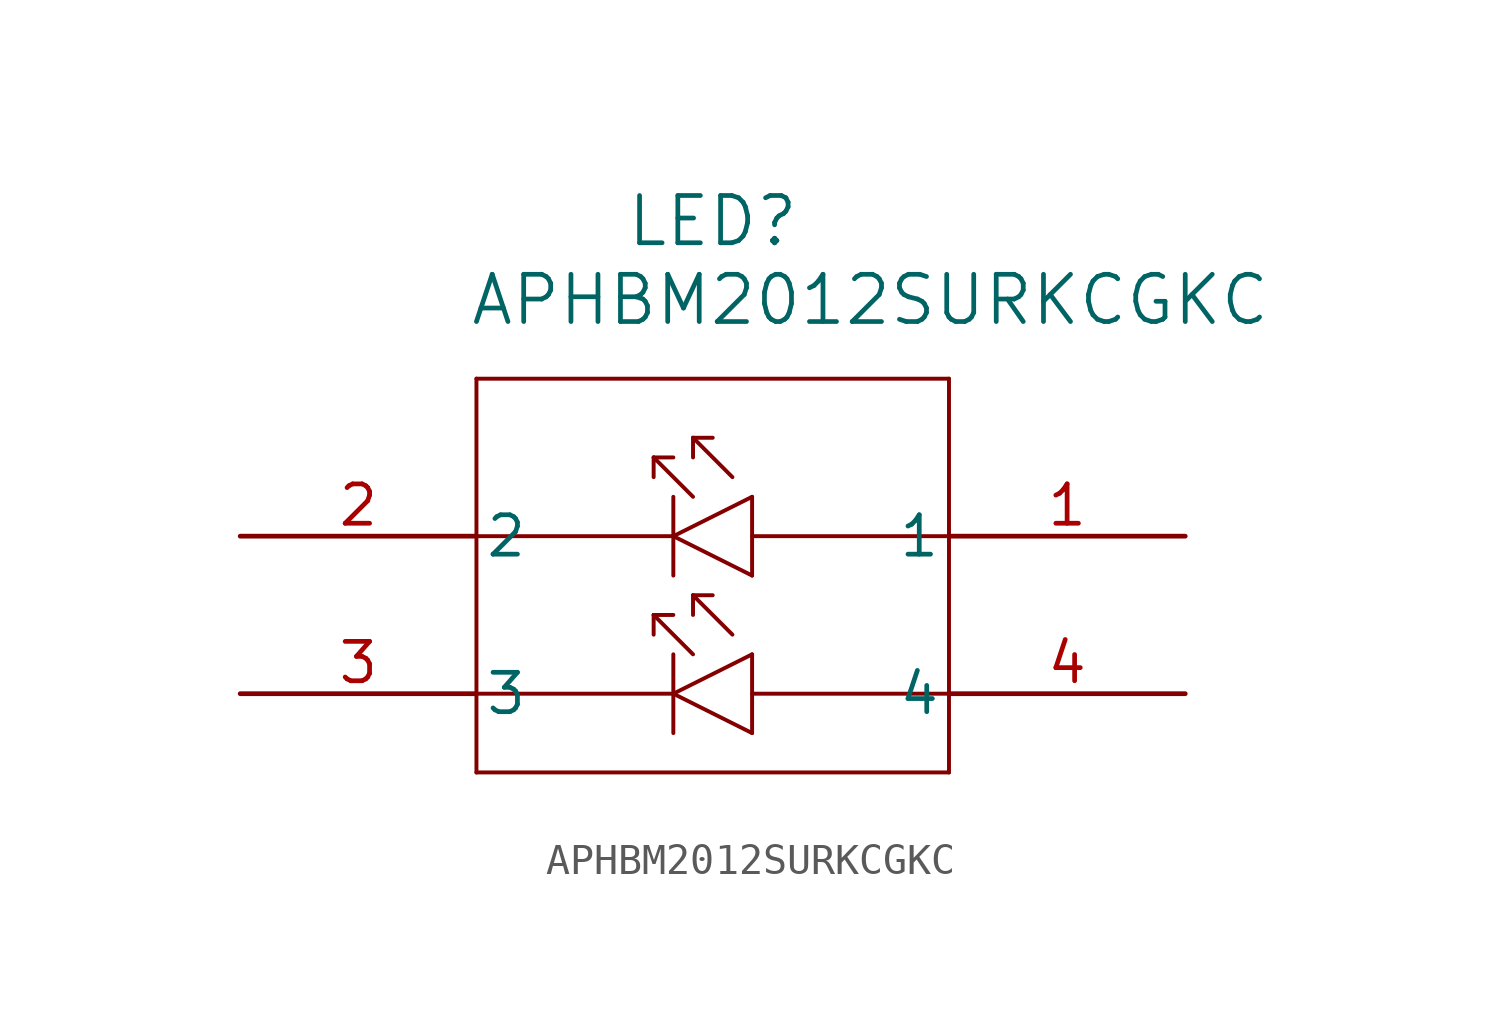
<source format=kicad_sym>
(kicad_symbol_lib
  (version 20211014)
  (generator kicad_symbol_editor)
  (symbol "APHBM2012SURKCGKC"
    (pin_names
      (offset 0.254))
    (property "Reference" "LED"
      (at 15.24 10.16 0)
      (effects (font (size 1.524 1.524))))
    (property "Value" "APHBM2012SURKCGKC"
      (at 20.32 7.62 0)
      (effects (font (size 1.524 1.524))))
    (symbol "APHBM2012SURKCGKC_0_1"
      (polyline (pts (xy 7.62 5.08) (xy 7.62 -7.62)) (stroke (width 0.127) (type default) (color 0 0 0 0)) (fill (type none)))
      (polyline (pts (xy 7.62 -7.62) (xy 22.86 -7.62)) (stroke (width 0.127) (type default) (color 0 0 0 0)) (fill (type none)))
      (polyline (pts (xy 22.86 -7.62) (xy 22.86 5.08)) (stroke (width 0.127) (type default) (color 0 0 0 0)) (fill (type none)))
      (polyline (pts (xy 22.86 5.08) (xy 7.62 5.08)) (stroke (width 0.127) (type default) (color 0 0 0 0)) (fill (type none)))
      (polyline (pts (xy 16.51 1.27) (xy 16.51 -1.27)) (stroke (width 0.127) (type default) (color 0 0 0 0)) (fill (type none)))
      (polyline (pts (xy 16.51 1.27) (xy 13.97 0)) (stroke (width 0.127) (type default) (color 0 0 0 0)) (fill (type none)))
      (polyline (pts (xy 13.97 0) (xy 16.51 -1.27)) (stroke (width 0.127) (type default) (color 0 0 0 0)) (fill (type none)))
      (polyline (pts (xy 13.97 -1.27) (xy 13.97 1.27)) (stroke (width 0.127) (type default) (color 0 0 0 0)) (fill (type none)))
      (polyline (pts (xy 7.62 0) (xy 13.97 0)) (stroke (width 0.127) (type default) (color 0 0 0 0)) (fill (type none)))
      (polyline (pts (xy 16.51 0) (xy 22.86 0)) (stroke (width 0.127) (type default) (color 0 0 0 0)) (fill (type none)))
      (polyline (pts (xy 15.875 1.905) (xy 14.605 3.175)) (stroke (width 0.127) (type default) (color 0 0 0 0)) (fill (type none)))
      (polyline (pts (xy 14.605 2.54) (xy 14.605 3.175)) (stroke (width 0.127) (type default) (color 0 0 0 0)) (fill (type none)))
      (polyline (pts (xy 14.605 3.175) (xy 15.24 3.175)) (stroke (width 0.127) (type default) (color 0 0 0 0)) (fill (type none)))
      (polyline (pts (xy 14.605 1.27) (xy 13.335 2.54)) (stroke (width 0.127) (type default) (color 0 0 0 0)) (fill (type none)))
      (polyline (pts (xy 13.335 2.54) (xy 13.335 1.905)) (stroke (width 0.127) (type default) (color 0 0 0 0)) (fill (type none)))
      (polyline (pts (xy 13.335 2.54) (xy 13.97 2.54)) (stroke (width 0.127) (type default) (color 0 0 0 0)) (fill (type none)))
      (polyline (pts (xy 16.51 -3.81) (xy 16.51 -6.35)) (stroke (width 0.127) (type default) (color 0 0 0 0)) (fill (type none)))
      (polyline (pts (xy 16.51 -3.81) (xy 13.97 -5.08)) (stroke (width 0.127) (type default) (color 0 0 0 0)) (fill (type none)))
      (polyline (pts (xy 13.97 -5.08) (xy 16.51 -6.35)) (stroke (width 0.127) (type default) (color 0 0 0 0)) (fill (type none)))
      (polyline (pts (xy 13.97 -6.35) (xy 13.97 -3.81)) (stroke (width 0.127) (type default) (color 0 0 0 0)) (fill (type none)))
      (polyline (pts (xy 7.62 -5.08) (xy 13.97 -5.08)) (stroke (width 0.127) (type default) (color 0 0 0 0)) (fill (type none)))
      (polyline (pts (xy 16.51 -5.08) (xy 22.86 -5.08)) (stroke (width 0.127) (type default) (color 0 0 0 0)) (fill (type none)))
      (polyline (pts (xy 15.875 -3.175) (xy 14.605 -1.905)) (stroke (width 0.127) (type default) (color 0 0 0 0)) (fill (type none)))
      (polyline (pts (xy 14.605 -2.54) (xy 14.605 -1.905)) (stroke (width 0.127) (type default) (color 0 0 0 0)) (fill (type none)))
      (polyline (pts (xy 14.605 -1.905) (xy 15.24 -1.905)) (stroke (width 0.127) (type default) (color 0 0 0 0)) (fill (type none)))
      (polyline (pts (xy 14.605 -3.81) (xy 13.335 -2.54)) (stroke (width 0.127) (type default) (color 0 0 0 0)) (fill (type none)))
      (polyline (pts (xy 13.335 -2.54) (xy 13.335 -3.175)) (stroke (width 0.127) (type default) (color 0 0 0 0)) (fill (type none)))
      (polyline (pts (xy 13.335 -2.54) (xy 13.97 -2.54)) (stroke (width 0.127) (type default) (color 0 0 0 0)) (fill (type none)))
      (pin unspecified line (at 30.48 0 180) (length 7.62) (name "1" (effects (font (size 1.27 1.27)))) (number "1" (effects (font (size 1.27 1.27)))))
      (pin unspecified line (at 0 0 0) (length 7.62) (name "2" (effects (font (size 1.27 1.27)))) (number "2" (effects (font (size 1.27 1.27)))))
      (pin unspecified line (at 0 -5.08 0) (length 7.62) (name "3" (effects (font (size 1.27 1.27)))) (number "3" (effects (font (size 1.27 1.27)))))
      (pin unspecified line (at 30.48 -5.08 180) (length 7.62) (name "4" (effects (font (size 1.27 1.27)))) (number "4" (effects (font (size 1.27 1.27))))))))
</source>
